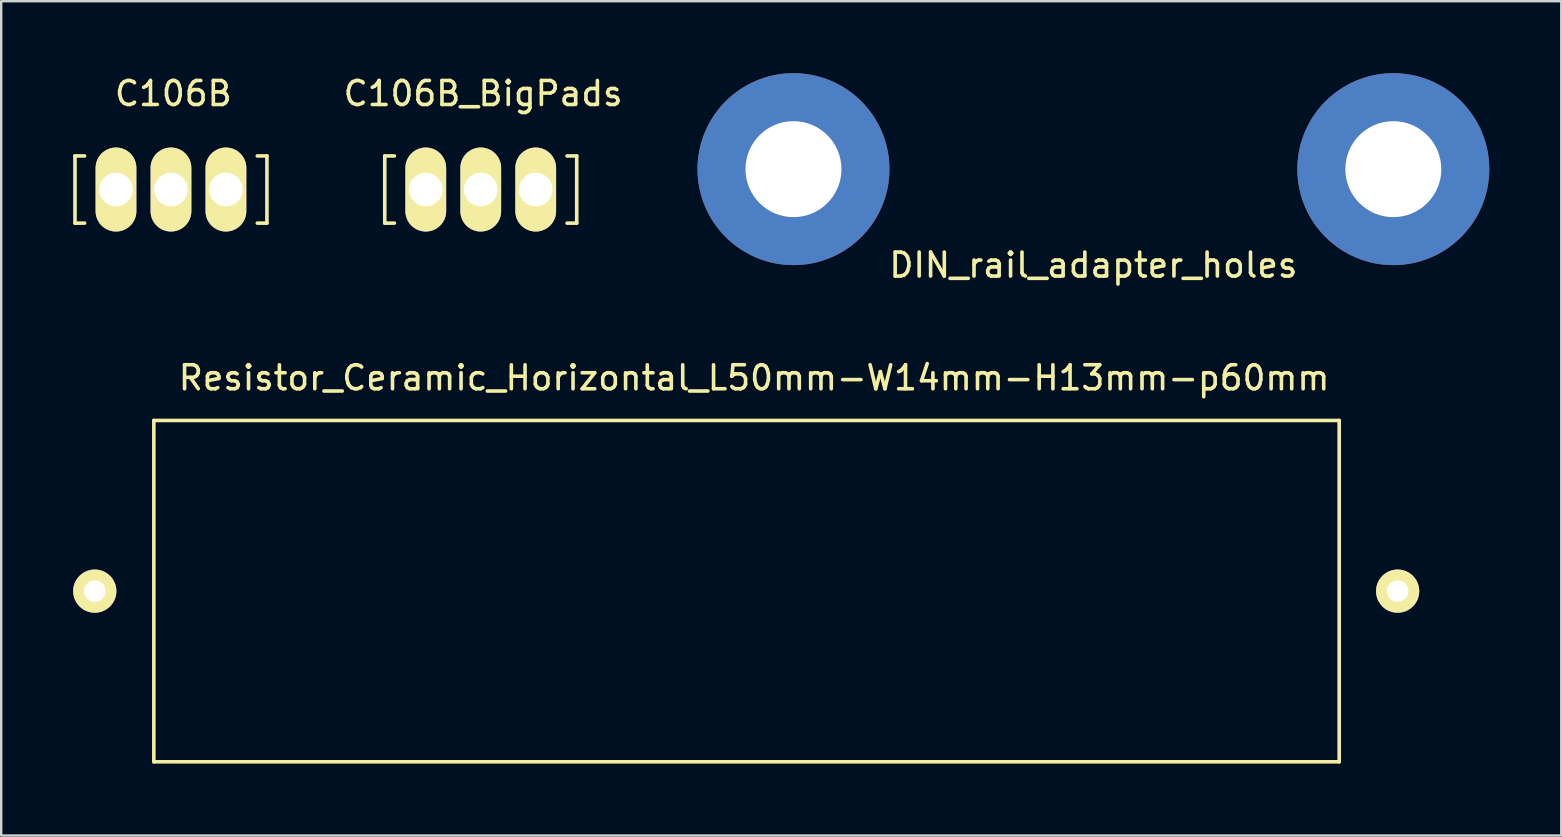
<source format=kicad_pcb>
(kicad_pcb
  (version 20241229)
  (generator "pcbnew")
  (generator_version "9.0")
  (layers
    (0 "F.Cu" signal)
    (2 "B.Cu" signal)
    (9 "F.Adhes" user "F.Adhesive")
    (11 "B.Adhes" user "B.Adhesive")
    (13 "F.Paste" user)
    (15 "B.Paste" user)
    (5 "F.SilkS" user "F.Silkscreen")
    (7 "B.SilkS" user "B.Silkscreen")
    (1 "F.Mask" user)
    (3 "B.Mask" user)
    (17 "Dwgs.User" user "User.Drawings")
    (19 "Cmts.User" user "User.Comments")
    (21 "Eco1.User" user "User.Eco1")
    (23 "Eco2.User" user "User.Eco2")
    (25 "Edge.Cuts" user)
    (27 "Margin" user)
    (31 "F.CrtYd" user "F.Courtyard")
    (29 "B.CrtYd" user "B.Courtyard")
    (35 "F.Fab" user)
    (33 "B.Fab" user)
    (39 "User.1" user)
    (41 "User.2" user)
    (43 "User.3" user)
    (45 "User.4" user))
  (footprint "DIN_rail_adapter_holes"
    (layer "F.Cu")
    (at 42.52 4)
    (property "Reference" "DIN_rail_adapter_holes" (at 0 4 0) (layer "F.SilkS") (effects (font (size 1 1) (thickness 0.15))))
    (attr through_hole)
    (pad "1" thru_hole circle (at -12.5 0) (size 8 8) (drill 4) (layers "*.Cu" "*.Mask"))
    (pad "2" thru_hole circle (at 12.5 0) (size 8 8) (drill 4) (layers "*.Cu" "*.Mask")))
  (footprint "C106B_BigPads"
    (layer "F.Cu")
    (at 16.986 4.849)
    (property "Reference" "C106B_BigPads" (at 0.099 -4 0) (layer "F.SilkS") (effects (font (size 1 1) (thickness 0.15))))
    (attr through_hole)
    (fp_line (start -4 -1.4) (end -4 1.4) (stroke (width 0.15) (type solid)) (layer "F.SilkS"))
    (fp_line (start -4 -1.4) (end -3.599 -1.4) (stroke (width 0.15) (type solid)) (layer "F.SilkS"))
    (fp_line (start -4 1.4) (end -3.599 1.4) (stroke (width 0.15) (type solid)) (layer "F.SilkS"))
    (fp_line (start 4 -1.4) (end 3.599 -1.4) (stroke (width 0.15) (type solid)) (layer "F.SilkS"))
    (fp_line (start 4 -1.4) (end 4 1.4) (stroke (width 0.15) (type solid)) (layer "F.SilkS"))
    (fp_line (start 4 1.4) (end 3.599 1.4) (stroke (width 0.15) (type solid)) (layer "F.SilkS"))
    (pad "1" thru_hole oval (at -2.291 0) (size 1.699 3.5) (drill 1.4) (layers "*.Cu" "*.Mask" "F.SilkS"))
    (pad "2" thru_hole oval (at 2.291 0) (size 1.699 3.5) (drill 1.4) (layers "*.Cu" "*.Mask" "F.SilkS"))
    (pad "3" thru_hole oval (at 0 0) (size 1.699 3.5) (drill 1.4) (layers "*.Cu" "*.Mask" "F.SilkS")))
  (footprint "Resistor_Ceramic_Horizontal_L50mm-W14mm-H13mm-p60mm"
    (layer "F.Cu")
    (at 28.38 21.587)
    (property "Reference" "Resistor_Ceramic_Horizontal_L50mm-W14mm-H13mm-p60mm" (at 0 -8.89 0) (layer "F.SilkS") (effects (font (size 1 1) (thickness 0.15))))
    (attr through_hole)
    (fp_line (start -25.019 -7.112) (end -25.019 7.112) (stroke (width 0.15) (type solid)) (layer "F.SilkS"))
    (fp_line (start -25.019 7.112) (end 24.384 7.112) (stroke (width 0.15) (type solid)) (layer "F.SilkS"))
    (fp_line (start 24.384 -7.112) (end -25.019 -7.112) (stroke (width 0.15) (type solid)) (layer "F.SilkS"))
    (fp_line (start 24.384 7.112) (end 24.384 -7.112) (stroke (width 0.15) (type solid)) (layer "F.SilkS"))
    (pad "1" thru_hole circle (at -27.48 0 180) (size 1.8 1.8) (drill 0.9) (layers "*.Cu" "*.Mask" "F.SilkS"))
    (pad "2" thru_hole circle (at 26.82 0 180) (size 1.8 1.8) (drill 0.9) (layers "*.Cu" "*.Mask" "F.SilkS")))
  (footprint "C106B"
    (layer "F.Cu")
    (at 4.075 4.849)
    (property "Reference" "C106B" (at 0.099 -4 0) (layer "F.SilkS") (effects (font (size 1 1) (thickness 0.15))))
    (attr through_hole)
    (fp_line (start -4 -1.4) (end -4 1.4) (stroke (width 0.15) (type solid)) (layer "F.SilkS"))
    (fp_line (start -4 -1.4) (end -3.599 -1.4) (stroke (width 0.15) (type solid)) (layer "F.SilkS"))
    (fp_line (start -4 1.4) (end -3.599 1.4) (stroke (width 0.15) (type solid)) (layer "F.SilkS"))
    (fp_line (start 4 -1.4) (end 3.599 -1.4) (stroke (width 0.15) (type solid)) (layer "F.SilkS"))
    (fp_line (start 4 -1.4) (end 4 1.4) (stroke (width 0.15) (type solid)) (layer "F.SilkS"))
    (fp_line (start 4 1.4) (end 3.599 1.4) (stroke (width 0.15) (type solid)) (layer "F.SilkS"))
    (pad "1" thru_hole oval (at -2.291 0) (size 1.699 3.5) (drill 1.4) (layers "*.Cu" "*.Mask" "F.SilkS"))
    (pad "2" thru_hole oval (at 2.291 0) (size 1.699 3.5) (drill 1.4) (layers "*.Cu" "*.Mask" "F.SilkS"))
    (pad "3" thru_hole oval (at 0 0) (size 1.699 3.5) (drill 1.4) (layers "*.Cu" "*.Mask" "F.SilkS")))
  (gr_rect
    (start -3 -3)
    (end 62.02 31.773)
    (stroke (width 0.1) (type default))
    (fill no)
    (layer "Edge.Cuts")))
</source>
